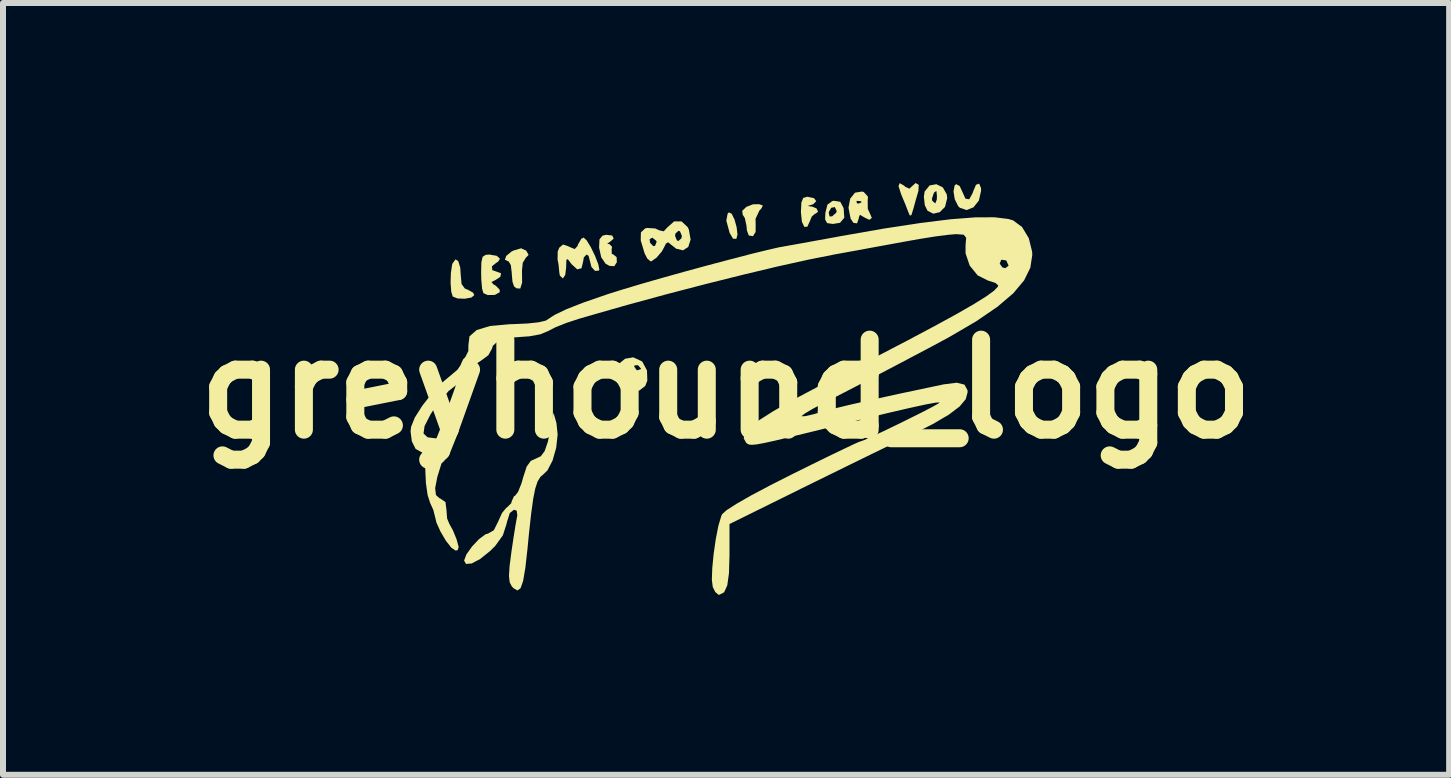
<source format=kicad_pcb>
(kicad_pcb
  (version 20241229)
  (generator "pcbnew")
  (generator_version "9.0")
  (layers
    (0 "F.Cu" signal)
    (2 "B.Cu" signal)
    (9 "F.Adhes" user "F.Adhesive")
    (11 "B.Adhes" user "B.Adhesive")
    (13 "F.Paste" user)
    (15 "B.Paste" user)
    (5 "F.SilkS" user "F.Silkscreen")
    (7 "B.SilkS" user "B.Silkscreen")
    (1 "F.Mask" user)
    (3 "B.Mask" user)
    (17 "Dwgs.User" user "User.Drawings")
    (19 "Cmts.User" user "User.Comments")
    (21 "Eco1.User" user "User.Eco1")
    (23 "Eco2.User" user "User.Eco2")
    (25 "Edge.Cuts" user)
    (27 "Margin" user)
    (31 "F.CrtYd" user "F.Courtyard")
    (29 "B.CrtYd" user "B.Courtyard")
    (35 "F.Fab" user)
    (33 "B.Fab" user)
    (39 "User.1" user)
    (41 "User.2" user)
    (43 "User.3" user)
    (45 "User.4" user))
  (footprint "greyhound_logo"
    (layer "F.Cu")
    (at 9.05 3.432)
    (property "Reference" "greyhound_logo" (at 0 0 0) (layer "F.SilkS") (effects (font (size 1.5 1.5) (thickness 0.3))))
    (attr board_only exclude_from_pos_files exclude_from_bom)
    (fp_poly (pts (xy 0.094 -2.919) (xy 0.141 -2.823) (xy 0.176 -2.695) (xy 0.19 -2.573) (xy 0.171 -2.501) (xy 0.115 -2.505) (xy 0.059 -2.602) (xy 0.004 -2.805) (xy 0.026 -2.923) (xy 0.048 -2.943)) (stroke (width 0) (type solid)) (fill yes) (layer "F.SilkS"))
    (fp_poly (pts (xy 0.613 -3.057) (xy 0.588 -3.007) (xy 0.555 -2.972) (xy 0.491 -2.836) (xy 0.493 -2.738) (xy 0.492 -2.616) (xy 0.448 -2.546) (xy 0.382 -2.557) (xy 0.376 -2.562) (xy 0.347 -2.643) (xy 0.34 -2.72) (xy 0.313 -2.847) (xy 0.277 -2.903) (xy 0.269 -2.969) (xy 0.338 -3.034) (xy 0.448 -3.077) (xy 0.552 -3.079)) (stroke (width 0) (type solid)) (fill yes) (layer "F.SilkS"))
    (fp_poly (pts (xy 3.21 -3.402) (xy 3.206 -3.303) (xy 3.162 -3.151) (xy 3.122 -3.005) (xy 3.088 -2.897) (xy 3.062 -2.89) (xy 3.037 -2.948) (xy 2.986 -3.08) (xy 2.919 -3.24) (xy 2.917 -3.246) (xy 2.874 -3.379) (xy 2.892 -3.43) (xy 2.966 -3.389) (xy 2.987 -3.368) (xy 3.056 -3.338) (xy 3.087 -3.368) (xy 3.159 -3.432)) (stroke (width 0) (type solid)) (fill yes) (layer "F.SilkS"))
    (fp_poly (pts (xy -4.463 -2.13) (xy -4.43 -2.021) (xy -4.422 -1.903) (xy -4.408 -1.749) (xy -4.354 -1.674) (xy -4.309 -1.656) (xy -4.217 -1.606) (xy -4.196 -1.564) (xy -4.243 -1.524) (xy -4.353 -1.504) (xy -4.473 -1.508) (xy -4.555 -1.54) (xy -4.58 -1.622) (xy -4.591 -1.769) (xy -4.586 -1.934) (xy -4.566 -2.069) (xy -4.558 -2.093) (xy -4.509 -2.16)) (stroke (width 0) (type solid)) (fill yes) (layer "F.SilkS"))
    (fp_poly (pts (xy 4.249 -3.345) (xy 4.25 -3.303) (xy 4.213 -3.14) (xy 4.123 -3.027) (xy 4.008 -2.981) (xy 3.895 -3.02) (xy 3.868 -3.047) (xy 3.811 -3.161) (xy 3.79 -3.292) (xy 3.809 -3.391) (xy 3.834 -3.413) (xy 3.893 -3.382) (xy 3.935 -3.291) (xy 3.989 -3.171) (xy 4.052 -3.161) (xy 4.108 -3.262) (xy 4.116 -3.288) (xy 4.165 -3.403) (xy 4.218 -3.422)) (stroke (width 0) (type solid)) (fill yes) (layer "F.SilkS"))
    (fp_poly (pts (xy -1.897 -2.557) (xy -1.873 -2.505) (xy -1.942 -2.447) (xy -1.982 -2.421) (xy -1.944 -2.414) (xy -1.9 -2.369) (xy -1.907 -2.325) (xy -1.905 -2.252) (xy -1.877 -2.24) (xy -1.824 -2.197) (xy -1.82 -2.112) (xy -1.863 -2.046) (xy -1.942 -2.051) (xy -2.009 -2.088) (xy -2.081 -2.195) (xy -2.116 -2.355) (xy -2.116 -2.355) (xy -2.11 -2.492) (xy -2.061 -2.554) (xy -1.999 -2.569)) (stroke (width 0) (type solid)) (fill yes) (layer "F.SilkS"))
    (fp_poly (pts (xy -3.333 -2.307) (xy -3.33 -2.304) (xy -3.291 -2.234) (xy -3.336 -2.188) (xy -3.388 -2.103) (xy -3.401 -1.978) (xy -3.399 -1.772) (xy -3.43 -1.673) (xy -3.495 -1.678) (xy -3.534 -1.71) (xy -3.56 -1.788) (xy -3.572 -1.926) (xy -3.572 -1.937) (xy -3.587 -2.064) (xy -3.623 -2.125) (xy -3.629 -2.126) (xy -3.686 -2.154) (xy -3.663 -2.218) (xy -3.576 -2.29) (xy -3.542 -2.307) (xy -3.416 -2.344)) (stroke (width 0) (type solid)) (fill yes) (layer "F.SilkS"))
    (fp_poly (pts (xy 1.465 -3.18) (xy 1.503 -3.129) (xy 1.454 -3.08) (xy 1.432 -3.072) (xy 1.362 -3.051) (xy 1.402 -3.042) (xy 1.432 -3.04) (xy 1.508 -3.008) (xy 1.533 -2.953) (xy 1.49 -2.92) (xy 1.481 -2.92) (xy 1.428 -2.873) (xy 1.401 -2.806) (xy 1.354 -2.704) (xy 1.304 -2.701) (xy 1.264 -2.785) (xy 1.247 -2.946) (xy 1.247 -2.948) (xy 1.255 -3.108) (xy 1.286 -3.184) (xy 1.353 -3.203) (xy 1.357 -3.203)) (stroke (width 0) (type solid)) (fill yes) (layer "F.SilkS"))
    (fp_poly (pts (xy 1.903 -3.119) (xy 1.959 -3.014) (xy 1.959 -3.012) (xy 1.97 -2.853) (xy 1.899 -2.769) (xy 1.779 -2.75) (xy 1.683 -2.764) (xy 1.65 -2.827) (xy 1.655 -2.934) (xy 1.657 -2.945) (xy 1.71 -2.945) (xy 1.724 -2.875) (xy 1.766 -2.876) (xy 1.836 -2.938) (xy 1.843 -2.967) (xy 1.812 -3.031) (xy 1.752 -3.019) (xy 1.71 -2.945) (xy 1.657 -2.945) (xy 1.689 -3.072) (xy 1.77 -3.131) (xy 1.798 -3.136)) (stroke (width 0) (type solid)) (fill yes) (layer "F.SilkS"))
    (fp_poly (pts (xy 3.612 -3.359) (xy 3.678 -3.243) (xy 3.685 -3.179) (xy 3.649 -3.035) (xy 3.561 -2.946) (xy 3.453 -2.921) (xy 3.357 -2.97) (xy 3.312 -3.061) (xy 3.3 -3.169) (xy 3.43 -3.169) (xy 3.437 -3.135) (xy 3.487 -3.092) (xy 3.512 -3.157) (xy 3.514 -3.218) (xy 3.505 -3.299) (xy 3.471 -3.278) (xy 3.461 -3.263) (xy 3.43 -3.169) (xy 3.3 -3.169) (xy 3.296 -3.204) (xy 3.309 -3.29) (xy 3.392 -3.392) (xy 3.505 -3.412)) (stroke (width 0) (type solid)) (fill yes) (layer "F.SilkS"))
    (fp_poly (pts (xy -3.822 -2.219) (xy -3.768 -2.171) (xy -3.801 -2.118) (xy -3.827 -2.105) (xy -3.902 -2.044) (xy -3.896 -1.98) (xy -3.827 -1.956) (xy -3.75 -1.928) (xy -3.762 -1.868) (xy -3.841 -1.817) (xy -3.91 -1.782) (xy -3.878 -1.744) (xy -3.84 -1.722) (xy -3.773 -1.655) (xy -3.772 -1.612) (xy -3.854 -1.567) (xy -3.972 -1.565) (xy -4.044 -1.597) (xy -4.066 -1.671) (xy -4.079 -1.819) (xy -4.082 -1.937) (xy -4.078 -2.112) (xy -4.057 -2.202) (xy -4.007 -2.235) (xy -3.944 -2.24)) (stroke (width 0) (type solid)) (fill yes) (layer "F.SilkS"))
    (fp_poly (pts (xy -1.408 -0.463) (xy -1.393 -0.45) (xy -1.318 -0.308) (xy -1.312 -0.14) (xy -1.347 -0.05) (xy -1.445 0.025) (xy -1.579 0.06) (xy -1.678 0.041) (xy -1.751 -0.038) (xy -1.81 -0.131) (xy -1.842 -0.285) (xy -1.808 -0.372) (xy -1.531 -0.372) (xy -1.49 -0.314) (xy -1.474 -0.312) (xy -1.419 -0.331) (xy -1.417 -0.337) (xy -1.457 -0.385) (xy -1.474 -0.397) (xy -1.526 -0.392) (xy -1.531 -0.372) (xy -1.808 -0.372) (xy -1.79 -0.417) (xy -1.682 -0.504) (xy -1.546 -0.527)) (stroke (width 0) (type solid)) (fill yes) (layer "F.SilkS"))
    (fp_poly (pts (xy 2.294 -3.282) (xy 2.364 -3.206) (xy 2.36 -3.128) (xy 2.362 -2.999) (xy 2.392 -2.936) (xy 2.429 -2.85) (xy 2.387 -2.819) (xy 2.298 -2.862) (xy 2.23 -2.903) (xy 2.211 -2.853) (xy 2.211 -2.842) (xy 2.183 -2.76) (xy 2.122 -2.768) (xy 2.075 -2.839) (xy 2.04 -3.02) (xy 2.06 -3.128) (xy 2.173 -3.128) (xy 2.181 -3.094) (xy 2.211 -3.09) (xy 2.258 -3.111) (xy 2.249 -3.128) (xy 2.182 -3.135) (xy 2.173 -3.128) (xy 2.06 -3.128) (xy 2.069 -3.172) (xy 2.148 -3.271) (xy 2.265 -3.29)) (stroke (width 0) (type solid)) (fill yes) (layer "F.SilkS"))
    (fp_poly (pts (xy -2.323 -2.476) (xy -2.253 -2.361) (xy -2.183 -2.216) (xy -2.13 -2.079) (xy -2.112 -1.988) (xy -2.118 -1.974) (xy -2.183 -1.967) (xy -2.244 -2.034) (xy -2.268 -2.129) (xy -2.292 -2.22) (xy -2.325 -2.24) (xy -2.371 -2.192) (xy -2.381 -2.129) (xy -2.409 -2.012) (xy -2.48 -1.993) (xy -2.574 -2.079) (xy -2.576 -2.081) (xy -2.637 -2.162) (xy -2.661 -2.153) (xy -2.665 -2.043) (xy -2.665 -2.025) (xy -2.68 -1.901) (xy -2.718 -1.843) (xy -2.721 -1.843) (xy -2.77 -1.889) (xy -2.779 -1.942) (xy -2.793 -2.083) (xy -2.808 -2.154) (xy -2.806 -2.289) (xy -2.781 -2.353) (xy -2.718 -2.407) (xy -2.627 -2.377) (xy -2.613 -2.369) (xy -2.523 -2.331) (xy -2.477 -2.38) (xy -2.466 -2.411) (xy -2.413 -2.502) (xy -2.374 -2.523)) (stroke (width 0) (type solid)) (fill yes) (layer "F.SilkS"))
    (fp_poly (pts (xy -0.741 -2.792) (xy -0.639 -2.696) (xy -0.62 -2.655) (xy -0.591 -2.489) (xy -0.63 -2.367) (xy -0.718 -2.31) (xy -0.833 -2.338) (xy -0.889 -2.383) (xy -0.967 -2.445) (xy -1.006 -2.419) (xy -1.011 -2.403) (xy -1.07 -2.292) (xy -1.161 -2.186) (xy -1.245 -2.128) (xy -1.258 -2.126) (xy -1.313 -2.173) (xy -1.357 -2.258) (xy -1.422 -2.474) (xy -1.422 -2.495) (xy -1.274 -2.495) (xy -1.268 -2.438) (xy -1.214 -2.381) (xy -1.184 -2.385) (xy -1.157 -2.453) (xy -1.165 -2.47) (xy -1.229 -2.522) (xy -1.274 -2.495) (xy -1.422 -2.495) (xy -1.421 -2.551) (xy -0.85 -2.551) (xy -0.82 -2.476) (xy -0.794 -2.466) (xy -0.743 -2.512) (xy -0.737 -2.551) (xy -0.768 -2.627) (xy -0.794 -2.636) (xy -0.844 -2.59) (xy -0.85 -2.551) (xy -1.421 -2.551) (xy -1.419 -2.61) (xy -1.348 -2.676) (xy -1.315 -2.683) (xy -1.182 -2.675) (xy -1.114 -2.644) (xy -1.039 -2.627) (xy -0.975 -2.696) (xy -0.865 -2.793)) (stroke (width 0) (type solid)) (fill yes) (layer "F.SilkS"))
    (fp_poly (pts (xy -2.827 0.567) (xy -2.807 0.758) (xy -2.831 0.98) (xy -2.892 1.194) (xy -2.977 1.357) (xy -3.034 1.413) (xy -3.093 1.464) (xy -3.141 1.541) (xy -3.18 1.659) (xy -3.215 1.835) (xy -3.249 2.084) (xy -3.286 2.421) (xy -3.309 2.66) (xy -3.345 2.981) (xy -3.382 3.199) (xy -3.425 3.321) (xy -3.477 3.358) (xy -3.543 3.32) (xy -3.572 3.288) (xy -3.606 3.223) (xy -3.618 3.119) (xy -3.608 2.953) (xy -3.576 2.705) (xy -3.541 2.47) (xy -3.509 2.27) (xy -3.485 2.137) (xy -3.479 2.112) (xy -3.489 2.028) (xy -3.535 2.013) (xy -3.604 2.067) (xy -3.654 2.225) (xy -3.658 2.248) (xy -3.72 2.44) (xy -3.848 2.617) (xy -3.933 2.701) (xy -4.099 2.834) (xy -4.239 2.908) (xy -4.334 2.916) (xy -4.366 2.859) (xy -4.327 2.757) (xy -4.234 2.626) (xy -4.118 2.503) (xy -4.009 2.422) (xy -3.966 2.41) (xy -3.87 2.354) (xy -3.797 2.207) (xy -3.734 2.067) (xy -3.663 1.981) (xy -3.651 1.974) (xy -3.58 1.904) (xy -3.572 1.87) (xy -3.534 1.788) (xy -3.513 1.776) (xy -3.466 1.714) (xy -3.411 1.577) (xy -3.382 1.475) (xy -3.323 1.294) (xy -3.254 1.198) (xy -3.176 1.163) (xy -3.088 1.122) (xy -3.023 1.035) (xy -2.97 0.88) (xy -2.919 0.634) (xy -2.917 0.624) (xy -2.876 0.397)) (stroke (width 0) (type solid)) (fill yes) (layer "F.SilkS"))
    (fp_poly (pts (xy 4.703 -2.833) (xy 4.784 -2.809) (xy 4.933 -2.698) (xy 5.045 -2.512) (xy 5.1 -2.289) (xy 5.103 -2.233) (xy 5.07 -2.02) (xy 4.967 -1.81) (xy 4.787 -1.595) (xy 4.523 -1.37) (xy 4.169 -1.128) (xy 3.716 -0.863) (xy 3.43 -0.709) (xy 3.138 -0.555) (xy 2.843 -0.399) (xy 2.58 -0.261) (xy 2.383 -0.157) (xy 2.381 -0.156) (xy 2.129 -0.024) (xy 1.844 0.123) (xy 1.624 0.235) (xy 1.444 0.331) (xy 1.314 0.408) (xy 1.258 0.451) (xy 1.258 0.455) (xy 1.32 0.453) (xy 1.455 0.422) (xy 1.562 0.391) (xy 1.747 0.34) (xy 2.035 0.27) (xy 2.417 0.183) (xy 2.885 0.08) (xy 3.43 -0.035) (xy 3.629 -0.077) (xy 3.845 -0.104) (xy 3.973 -0.072) (xy 4.024 0.023) (xy 4.025 0.056) (xy 3.994 0.17) (xy 3.892 0.292) (xy 3.711 0.429) (xy 3.443 0.586) (xy 3.077 0.771) (xy 3.009 0.804) (xy 2.753 0.926) (xy 2.423 1.086) (xy 2.047 1.27) (xy 1.652 1.464) (xy 1.265 1.654) (xy 1.205 1.684) (xy 0.057 2.251) (xy 0.057 2.773) (xy 0.048 3.073) (xy 0.02 3.273) (xy -0.032 3.388) (xy -0.111 3.429) (xy -0.126 3.43) (xy -0.18 3.384) (xy -0.222 3.3) (xy -0.237 3.18) (xy -0.23 2.984) (xy -0.207 2.746) (xy -0.171 2.499) (xy -0.128 2.279) (xy -0.08 2.118) (xy -0.066 2.087) (xy 0.007 2.021) (xy 0.174 1.914) (xy 0.422 1.772) (xy 0.743 1.602) (xy 1.094 1.424) (xy 1.418 1.264) (xy 1.707 1.122) (xy 1.947 1.007) (xy 2.121 0.924) (xy 2.215 0.882) (xy 2.226 0.879) (xy 2.291 0.856) (xy 2.429 0.795) (xy 2.619 0.706) (xy 2.837 0.601) (xy 3.06 0.491) (xy 3.267 0.388) (xy 3.434 0.301) (xy 3.538 0.243) (xy 3.561 0.225) (xy 3.498 0.227) (xy 3.332 0.257) (xy 3.062 0.316) (xy 2.687 0.403) (xy 2.205 0.52) (xy 1.843 0.61) (xy 1.408 0.718) (xy 1.071 0.8) (xy 0.817 0.861) (xy 0.635 0.901) (xy 0.51 0.924) (xy 0.429 0.931) (xy 0.381 0.926) (xy 0.35 0.91) (xy 0.333 0.894) (xy 0.294 0.824) (xy 0.313 0.742) (xy 0.396 0.643) (xy 0.55 0.521) (xy 0.784 0.372) (xy 1.102 0.19) (xy 1.513 -0.028) (xy 1.836 -0.195) (xy 2.48 -0.525) (xy 3.027 -0.81) (xy 3.48 -1.051) (xy 3.846 -1.251) (xy 4.129 -1.414) (xy 4.334 -1.542) (xy 4.465 -1.637) (xy 4.528 -1.703) (xy 4.536 -1.725) (xy 4.487 -1.768) (xy 4.369 -1.805) (xy 4.366 -1.806) (xy 4.192 -1.893) (xy 4.06 -2.056) (xy 4.049 -2.088) (xy 4.56 -2.088) (xy 4.605 -2.026) (xy 4.652 -2.013) (xy 4.705 -2.051) (xy 4.706 -2.06) (xy 4.669 -2.142) (xy 4.592 -2.154) (xy 4.584 -2.149) (xy 4.56 -2.088) (xy 4.049 -2.088) (xy 3.991 -2.26) (xy 3.991 -2.395) (xy 4.001 -2.521) (xy 3.959 -2.571) (xy 3.834 -2.58) (xy 3.833 -2.58) (xy 3.701 -2.569) (xy 3.49 -2.542) (xy 3.232 -2.501) (xy 3.029 -2.465) (xy 2.689 -2.403) (xy 2.308 -2.333) (xy 1.948 -2.267) (xy 1.814 -2.243) (xy 1.386 -2.158) (xy 0.87 -2.044) (xy 0.288 -1.905) (xy -0.341 -1.748) (xy -0.994 -1.578) (xy -1.651 -1.399) (xy -2.292 -1.216) (xy -2.45 -1.17) (xy -2.663 -1.1) (xy -2.848 -1.026) (xy -2.959 -0.968) (xy -3.095 -0.911) (xy -3.281 -0.877) (xy -3.344 -0.873) (xy -3.621 -0.852) (xy -3.799 -0.801) (xy -3.888 -0.717) (xy -3.901 -0.672) (xy -3.962 -0.562) (xy -4.06 -0.489) (xy -4.152 -0.426) (xy -4.168 -0.37) (xy -4.191 -0.311) (xy -4.287 -0.222) (xy -4.349 -0.179) (xy -4.624 0.034) (xy -4.846 0.3) (xy -4.926 0.425) (xy -5.025 0.619) (xy -5.042 0.742) (xy -4.974 0.806) (xy -4.848 0.822) (xy -4.722 0.832) (xy -4.664 0.875) (xy -4.664 0.975) (xy -4.715 1.154) (xy -4.727 1.191) (xy -4.812 1.466) (xy -4.848 1.653) (xy -4.835 1.767) (xy -4.775 1.822) (xy -4.762 1.826) (xy -4.676 1.885) (xy -4.66 2.014) (xy -4.649 2.158) (xy -4.612 2.248) (xy -4.553 2.354) (xy -4.492 2.503) (xy -4.49 2.509) (xy -4.456 2.635) (xy -4.473 2.686) (xy -4.509 2.693) (xy -4.578 2.646) (xy -4.669 2.53) (xy -4.758 2.379) (xy -4.826 2.229) (xy -4.851 2.126) (xy -4.879 2.015) (xy -4.932 1.899) (xy -4.974 1.767) (xy -5.002 1.569) (xy -5.01 1.403) (xy -5.019 1.188) (xy -5.047 1.075) (xy -5.083 1.049) (xy -5.174 0.999) (xy -5.237 0.872) (xy -5.258 0.707) (xy -5.249 0.631) (xy -5.187 0.476) (xy -5.062 0.279) (xy -4.9 0.072) (xy -4.724 -0.113) (xy -4.587 -0.227) (xy -4.477 -0.32) (xy -4.424 -0.397) (xy -4.423 -0.404) (xy -4.383 -0.492) (xy -4.345 -0.532) (xy -4.295 -0.633) (xy -4.294 -0.732) (xy -4.276 -0.877) (xy -4.156 -0.982) (xy -3.934 -1.049) (xy -3.606 -1.079) (xy -3.536 -1.081) (xy -3.31 -1.091) (xy -3.123 -1.111) (xy -3.008 -1.138) (xy -2.993 -1.146) (xy -2.858 -1.234) (xy -2.658 -1.33) (xy -2.38 -1.439) (xy -2.007 -1.568) (xy -1.951 -1.587) (xy -1.717 -1.66) (xy -1.413 -1.751) (xy -1.061 -1.852) (xy -0.681 -1.958) (xy -0.295 -2.063) (xy 0.076 -2.161) (xy 0.41 -2.248) (xy 0.687 -2.316) (xy 0.884 -2.361) (xy 0.936 -2.37) (xy 1.052 -2.391) (xy 1.254 -2.427) (xy 1.517 -2.475) (xy 1.816 -2.529) (xy 1.922 -2.549) (xy 2.632 -2.673) (xy 3.238 -2.766) (xy 3.743 -2.828) (xy 4.153 -2.86) (xy 4.471 -2.861)) (stroke (width 0) (type solid)) (fill yes) (layer "F.SilkS")))
  (gr_rect
    (start -3 -3)
    (end 21.1 9.862)
    (stroke (width 0.1) (type default))
    (fill no)
    (layer "Edge.Cuts")))
</source>
